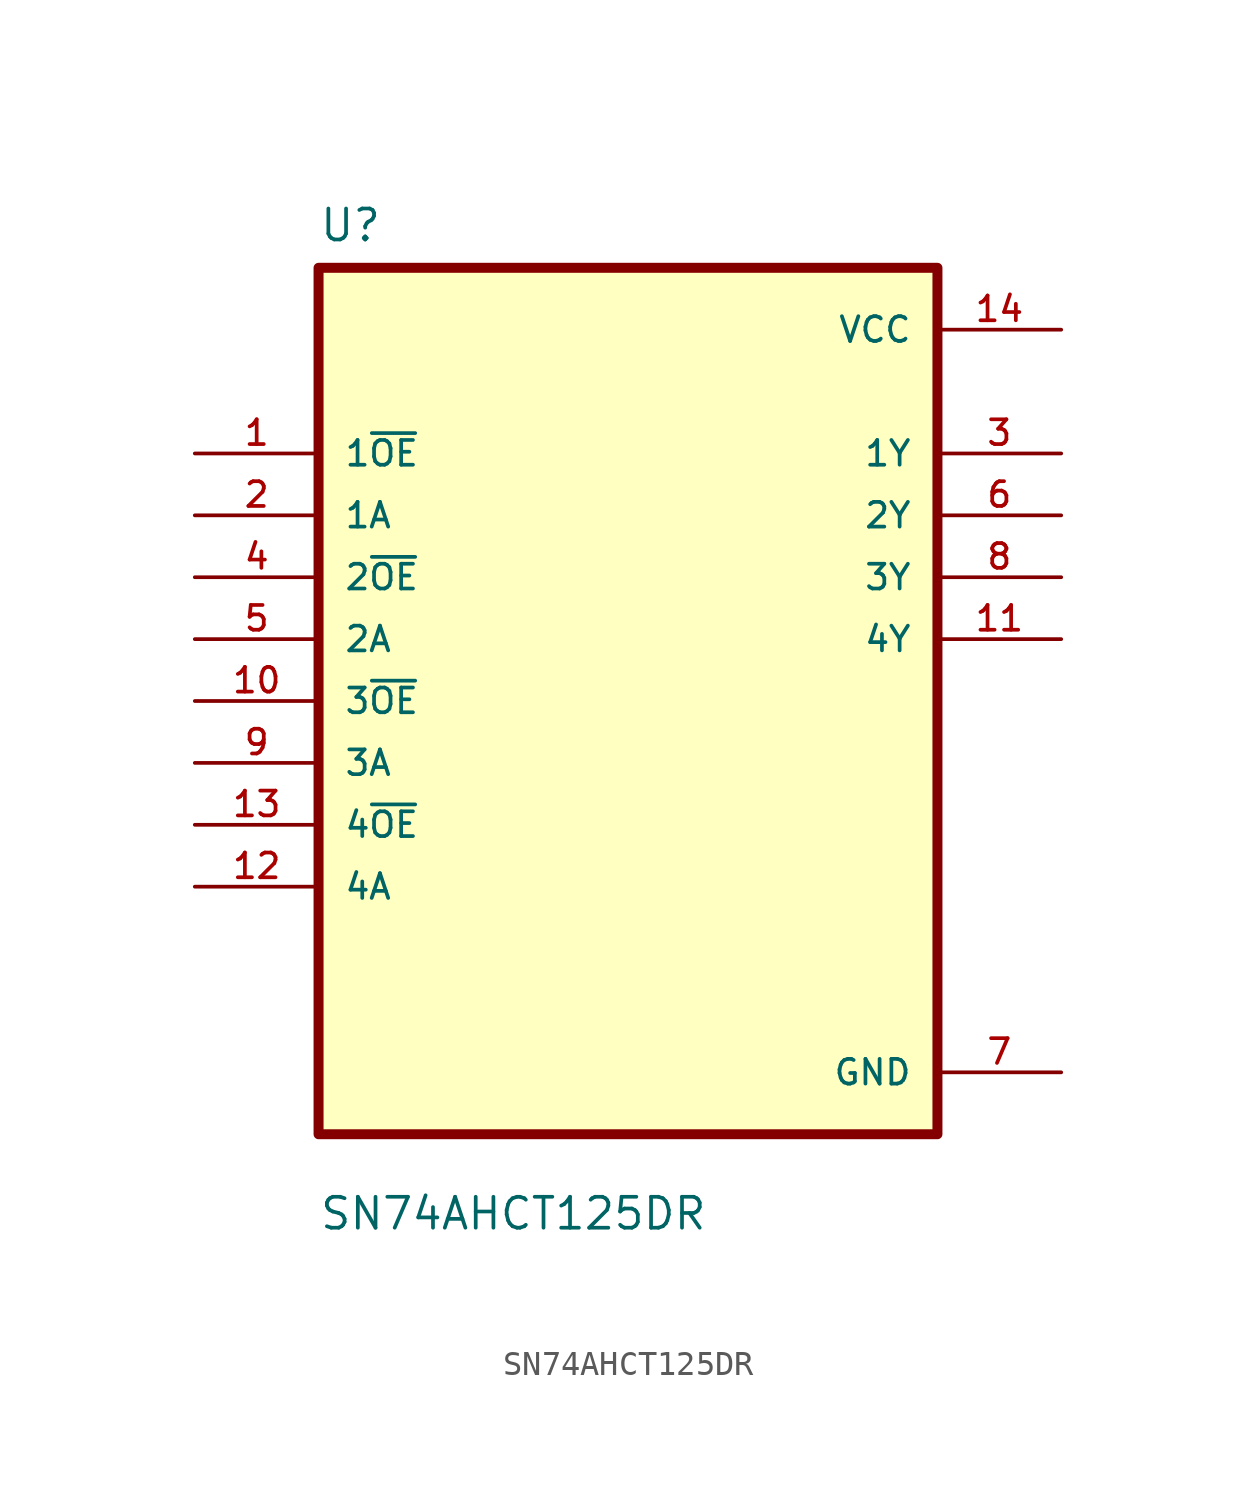
<source format=kicad_sym>
(kicad_symbol_lib
  (version 20211014)
  (generator kicad_symbol_editor)
  (symbol "SN74AHCT125DR"
    (pin_names
      (offset 1.016))
    (property "Reference" "U"
      (at -12.7 18.78 0.0)
      (effects (font (size 1.27 1.27)) (justify bottom left)))
    (property "Value" "SN74AHCT125DR"
      (at -12.7 -21.78 0.0)
      (effects (font (size 1.27 1.27)) (justify bottom left)))
    (symbol "SN74AHCT125DR_0_0"
      (rectangle (start -12.7 -17.78) (end 12.7 17.78) (stroke (width 0.41)) (fill (type background)))
      (pin input line (at -17.78 10.16 0) (length 5.08) (name "1~{OE}" (effects (font (size 1.016 1.016)))) (number "1" (effects (font (size 1.016 1.016)))))
      (pin input line (at -17.78 7.62 0) (length 5.08) (name "1A" (effects (font (size 1.016 1.016)))) (number "2" (effects (font (size 1.016 1.016)))))
      (pin input line (at -17.78 5.08 0) (length 5.08) (name "2~{OE}" (effects (font (size 1.016 1.016)))) (number "4" (effects (font (size 1.016 1.016)))))
      (pin input line (at -17.78 2.54 0) (length 5.08) (name "2A" (effects (font (size 1.016 1.016)))) (number "5" (effects (font (size 1.016 1.016)))))
      (pin input line (at -17.78 0.0 0) (length 5.08) (name "3~{OE}" (effects (font (size 1.016 1.016)))) (number "10" (effects (font (size 1.016 1.016)))))
      (pin input line (at -17.78 -2.54 0) (length 5.08) (name "3A" (effects (font (size 1.016 1.016)))) (number "9" (effects (font (size 1.016 1.016)))))
      (pin input line (at -17.78 -5.08 0) (length 5.08) (name "4~{OE}" (effects (font (size 1.016 1.016)))) (number "13" (effects (font (size 1.016 1.016)))))
      (pin input line (at -17.78 -7.62 0) (length 5.08) (name "4A" (effects (font (size 1.016 1.016)))) (number "12" (effects (font (size 1.016 1.016)))))
      (pin power_in line (at 17.78 15.24 180.0) (length 5.08) (name "VCC" (effects (font (size 1.016 1.016)))) (number "14" (effects (font (size 1.016 1.016)))))
      (pin output line (at 17.78 10.16 180.0) (length 5.08) (name "1Y" (effects (font (size 1.016 1.016)))) (number "3" (effects (font (size 1.016 1.016)))))
      (pin output line (at 17.78 7.62 180.0) (length 5.08) (name "2Y" (effects (font (size 1.016 1.016)))) (number "6" (effects (font (size 1.016 1.016)))))
      (pin output line (at 17.78 5.08 180.0) (length 5.08) (name "3Y" (effects (font (size 1.016 1.016)))) (number "8" (effects (font (size 1.016 1.016)))))
      (pin output line (at 17.78 2.54 180.0) (length 5.08) (name "4Y" (effects (font (size 1.016 1.016)))) (number "11" (effects (font (size 1.016 1.016)))))
      (pin power_in line (at 17.78 -15.24 180.0) (length 5.08) (name "GND" (effects (font (size 1.016 1.016)))) (number "7" (effects (font (size 1.016 1.016))))))))
</source>
